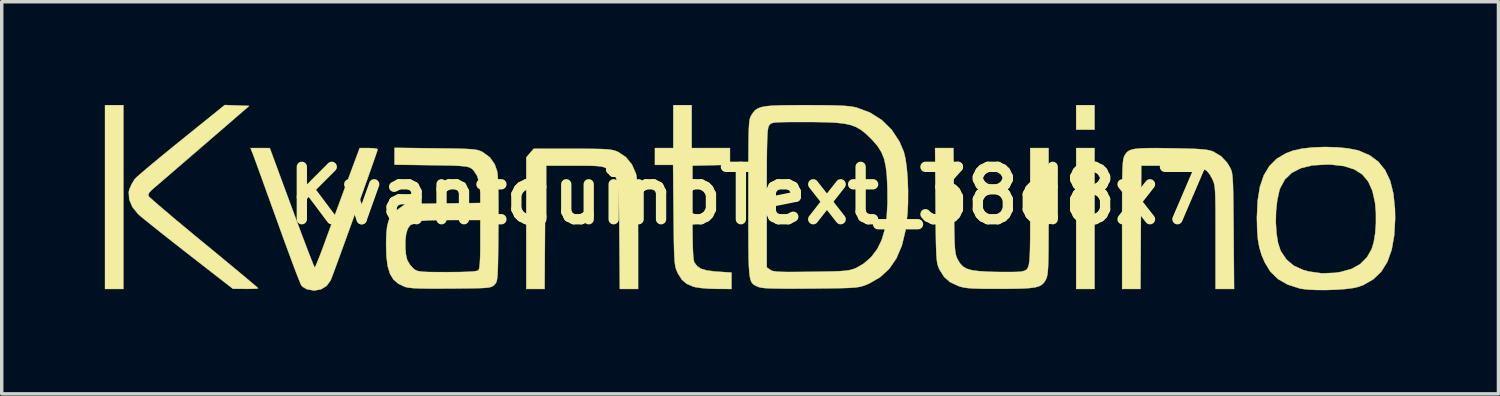
<source format=kicad_pcb>
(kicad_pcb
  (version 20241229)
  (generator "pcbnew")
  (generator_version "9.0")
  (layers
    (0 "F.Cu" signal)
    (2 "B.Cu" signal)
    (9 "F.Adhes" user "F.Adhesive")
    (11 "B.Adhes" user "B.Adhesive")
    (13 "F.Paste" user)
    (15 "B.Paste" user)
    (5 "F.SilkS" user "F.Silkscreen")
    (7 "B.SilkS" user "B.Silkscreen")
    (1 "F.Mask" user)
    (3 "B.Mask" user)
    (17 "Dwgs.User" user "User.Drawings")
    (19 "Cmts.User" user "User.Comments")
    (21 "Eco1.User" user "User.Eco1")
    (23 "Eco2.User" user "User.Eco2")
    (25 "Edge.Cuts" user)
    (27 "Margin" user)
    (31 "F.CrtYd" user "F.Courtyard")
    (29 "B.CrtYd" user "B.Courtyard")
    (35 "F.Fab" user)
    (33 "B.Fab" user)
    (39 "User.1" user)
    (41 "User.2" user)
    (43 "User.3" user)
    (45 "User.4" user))
  (footprint "KvantduinoText_38d8x7"
    (layer "F.Cu")
    (at 18.721 2.638)
    (property "Reference" "KvantduinoText_38d8x7" (at 0 0 0) (layer "F.SilkS") (effects (font (size 1.524 1.524) (thickness 0.3))))
    (attr through_hole)
    (fp_poly (pts (xy -18.181 2.718) (xy -18.716 2.718) (xy -18.716 -2.629) (xy -18.181 -2.629) (xy -18.181 2.718)) (stroke (width 0.01) (type solid)) (fill yes) (layer "F.SilkS"))
    (fp_poly (pts (xy 10.071 -1.916) (xy 9.536 -1.916) (xy 9.536 -2.629) (xy 10.071 -2.629) (xy 10.071 -1.916)) (stroke (width 0.01) (type solid)) (fill yes) (layer "F.SilkS"))
    (fp_poly (pts (xy 10.071 2.718) (xy 9.536 2.718) (xy 9.536 -1.381) (xy 10.071 -1.381) (xy 10.071 2.718)) (stroke (width 0.01) (type solid)) (fill yes) (layer "F.SilkS"))
    (fp_poly (pts (xy -1.649 -1.381) (xy -0.535 -1.381) (xy -0.535 -0.894) (xy -1.626 -0.869) (xy -1.626 0.49) (xy -1.626 0.906) (xy -1.622 1.24) (xy -1.617 1.501) (xy -1.608 1.695) (xy -1.597 1.831) (xy -1.582 1.916) (xy -1.569 1.95) (xy -1.488 2.056) (xy -1.376 2.13) (xy -1.215 2.178) (xy -0.988 2.208) (xy -0.895 2.215) (xy -0.49 2.241) (xy -0.49 2.718) (xy -0.947 2.715) (xy -1.164 2.708) (xy -1.371 2.691) (xy -1.536 2.667) (xy -1.597 2.652) (xy -1.791 2.57) (xy -1.931 2.453) (xy -2.044 2.276) (xy -2.067 2.228) (xy -2.093 2.168) (xy -2.114 2.105) (xy -2.13 2.027) (xy -2.143 1.925) (xy -2.153 1.788) (xy -2.16 1.606) (xy -2.166 1.368) (xy -2.17 1.064) (xy -2.174 0.685) (xy -2.176 0.568) (xy -2.19 -0.891) (xy -2.718 -0.891) (xy -2.718 -1.381) (xy -2.184 -1.381) (xy -2.184 -2.629) (xy -1.649 -2.629) (xy -1.649 -1.381)) (stroke (width 0.01) (type solid)) (fill yes) (layer "F.SilkS"))
    (fp_poly (pts (xy -4.768 -1.359) (xy -4.496 -1.357) (xy -4.288 -1.353) (xy -4.133 -1.346) (xy -4.018 -1.334) (xy -3.93 -1.318) (xy -3.859 -1.296) (xy -3.79 -1.268) (xy -3.78 -1.263) (xy -3.561 -1.115) (xy -3.387 -0.902) (xy -3.273 -0.643) (xy -3.256 -0.575) (xy -3.243 -0.467) (xy -3.232 -0.278) (xy -3.222 -0.018) (xy -3.215 0.306) (xy -3.21 0.683) (xy -3.208 1.106) (xy -3.208 1.183) (xy -3.208 2.718) (xy -3.739 2.718) (xy -3.752 1.192) (xy -3.756 0.749) (xy -3.762 0.387) (xy -3.77 0.095) (xy -3.783 -0.135) (xy -3.802 -0.313) (xy -3.829 -0.447) (xy -3.864 -0.548) (xy -3.911 -0.623) (xy -3.97 -0.683) (xy -4.043 -0.736) (xy -4.093 -0.768) (xy -4.155 -0.804) (xy -4.22 -0.83) (xy -4.301 -0.848) (xy -4.414 -0.859) (xy -4.572 -0.866) (xy -4.791 -0.868) (xy -5.08 -0.869) (xy -5.904 -0.869) (xy -5.916 0.925) (xy -5.928 2.718) (xy -6.461 2.718) (xy -6.461 -1.109) (xy -6.354 -1.234) (xy -6.246 -1.359) (xy -5.117 -1.359) (xy -4.768 -1.359)) (stroke (width 0.01) (type solid)) (fill yes) (layer "F.SilkS"))
    (fp_poly (pts (xy -14.522 -2.607) (xy -15.872 -1.441) (xy -16.173 -1.182) (xy -16.457 -0.937) (xy -16.716 -0.714) (xy -16.942 -0.519) (xy -17.127 -0.36) (xy -17.263 -0.243) (xy -17.342 -0.176) (xy -17.353 -0.167) (xy -17.439 -0.073) (xy -17.459 0.005) (xy -17.457 0.008) (xy -17.419 0.049) (xy -17.318 0.141) (xy -17.162 0.277) (xy -16.957 0.451) (xy -16.712 0.659) (xy -16.432 0.892) (xy -16.126 1.147) (xy -15.846 1.377) (xy -15.522 1.643) (xy -15.221 1.892) (xy -14.949 2.117) (xy -14.712 2.314) (xy -14.519 2.476) (xy -14.374 2.598) (xy -14.286 2.674) (xy -14.26 2.699) (xy -14.301 2.708) (xy -14.41 2.713) (xy -14.567 2.716) (xy -14.627 2.715) (xy -14.995 2.713) (xy -16.296 1.702) (xy -16.599 1.465) (xy -16.886 1.24) (xy -17.148 1.033) (xy -17.374 0.852) (xy -17.558 0.704) (xy -17.688 0.597) (xy -17.755 0.538) (xy -17.92 0.333) (xy -18.012 0.115) (xy -18.025 -0.1) (xy -18.008 -0.178) (xy -17.943 -0.331) (xy -17.854 -0.474) (xy -17.843 -0.486) (xy -17.783 -0.545) (xy -17.662 -0.652) (xy -17.488 -0.799) (xy -17.271 -0.981) (xy -17.02 -1.188) (xy -16.742 -1.415) (xy -16.481 -1.626) (xy -15.232 -2.633) (xy -14.522 -2.607)) (stroke (width 0.01) (type solid)) (fill yes) (layer "F.SilkS"))
    (fp_poly (pts (xy -13.282 0.356) (xy -13.144 0.729) (xy -13.015 1.074) (xy -12.899 1.382) (xy -12.798 1.647) (xy -12.715 1.857) (xy -12.656 2.006) (xy -12.621 2.084) (xy -12.615 2.094) (xy -12.591 2.054) (xy -12.544 1.944) (xy -12.478 1.779) (xy -12.399 1.573) (xy -12.349 1.436) (xy -12.263 1.201) (xy -12.154 0.904) (xy -12.03 0.568) (xy -11.899 0.214) (xy -11.77 -0.136) (xy -11.709 -0.301) (xy -11.308 -1.381) (xy -11.046 -1.381) (xy -10.907 -1.376) (xy -10.811 -1.361) (xy -10.784 -1.344) (xy -10.798 -1.295) (xy -10.84 -1.172) (xy -10.904 -0.986) (xy -10.988 -0.748) (xy -11.088 -0.467) (xy -11.199 -0.154) (xy -11.319 0.181) (xy -11.443 0.528) (xy -11.568 0.875) (xy -11.69 1.213) (xy -11.806 1.532) (xy -11.911 1.821) (xy -12.002 2.07) (xy -12.076 2.268) (xy -12.128 2.405) (xy -12.152 2.465) (xy -12.267 2.627) (xy -12.434 2.729) (xy -12.633 2.765) (xy -12.843 2.726) (xy -12.858 2.72) (xy -12.958 2.66) (xy -13.003 2.618) (xy -13.029 2.563) (xy -13.082 2.433) (xy -13.158 2.238) (xy -13.253 1.985) (xy -13.365 1.684) (xy -13.49 1.345) (xy -13.624 0.975) (xy -13.704 0.752) (xy -13.844 0.365) (xy -13.976 -0.001) (xy -14.097 -0.337) (xy -14.204 -0.633) (xy -14.293 -0.879) (xy -14.362 -1.066) (xy -14.405 -1.183) (xy -14.417 -1.214) (xy -14.482 -1.381) (xy -13.923 -1.381) (xy -13.282 0.356)) (stroke (width 0.01) (type solid)) (fill yes) (layer "F.SilkS"))
    (fp_poly (pts (xy 12.203 -1.376) (xy 12.392 -1.373) (xy 12.723 -1.366) (xy 12.979 -1.358) (xy 13.171 -1.347) (xy 13.313 -1.333) (xy 13.418 -1.313) (xy 13.499 -1.288) (xy 13.524 -1.278) (xy 13.752 -1.143) (xy 13.925 -0.959) (xy 14.008 -0.824) (xy 14.032 -0.776) (xy 14.053 -0.724) (xy 14.069 -0.659) (xy 14.081 -0.573) (xy 14.091 -0.456) (xy 14.099 -0.298) (xy 14.104 -0.091) (xy 14.109 0.175) (xy 14.112 0.509) (xy 14.116 0.921) (xy 14.117 1.036) (xy 14.13 2.718) (xy 13.591 2.718) (xy 13.591 1.213) (xy 13.591 0.806) (xy 13.59 0.479) (xy 13.588 0.22) (xy 13.584 0.021) (xy 13.577 -0.13) (xy 13.568 -0.242) (xy 13.554 -0.324) (xy 13.536 -0.389) (xy 13.514 -0.444) (xy 13.491 -0.491) (xy 13.423 -0.612) (xy 13.35 -0.704) (xy 13.259 -0.772) (xy 13.137 -0.818) (xy 12.972 -0.847) (xy 12.751 -0.862) (xy 12.461 -0.868) (xy 12.254 -0.869) (xy 11.43 -0.869) (xy 11.418 0.925) (xy 11.407 2.718) (xy 10.873 2.718) (xy 10.873 0.836) (xy 10.873 0.375) (xy 10.874 -0.005) (xy 10.876 -0.312) (xy 10.879 -0.557) (xy 10.884 -0.746) (xy 10.891 -0.889) (xy 10.9 -0.993) (xy 10.912 -1.069) (xy 10.927 -1.123) (xy 10.946 -1.165) (xy 10.96 -1.189) (xy 11.003 -1.249) (xy 11.057 -1.295) (xy 11.133 -1.33) (xy 11.241 -1.355) (xy 11.392 -1.37) (xy 11.595 -1.378) (xy 11.862 -1.38) (xy 12.203 -1.376)) (stroke (width 0.01) (type solid)) (fill yes) (layer "F.SilkS"))
    (fp_poly (pts (xy 5.98 0.145) (xy 5.984 0.557) (xy 5.988 0.89) (xy 5.993 1.153) (xy 5.999 1.357) (xy 6.008 1.511) (xy 6.019 1.626) (xy 6.033 1.71) (xy 6.051 1.774) (xy 6.073 1.828) (xy 6.083 1.848) (xy 6.155 1.971) (xy 6.239 2.062) (xy 6.35 2.128) (xy 6.5 2.172) (xy 6.705 2.2) (xy 6.977 2.216) (xy 7.163 2.222) (xy 7.409 2.225) (xy 7.63 2.225) (xy 7.808 2.222) (xy 7.924 2.215) (xy 7.951 2.21) (xy 8.013 2.195) (xy 8.063 2.176) (xy 8.103 2.145) (xy 8.135 2.095) (xy 8.159 2.016) (xy 8.176 1.901) (xy 8.187 1.741) (xy 8.194 1.528) (xy 8.198 1.253) (xy 8.199 0.909) (xy 8.199 0.487) (xy 8.199 0.331) (xy 8.199 -1.381) (xy 8.734 -1.381) (xy 8.734 0.457) (xy 8.734 0.913) (xy 8.733 1.289) (xy 8.731 1.593) (xy 8.727 1.834) (xy 8.722 2.02) (xy 8.715 2.161) (xy 8.705 2.265) (xy 8.692 2.34) (xy 8.676 2.396) (xy 8.657 2.441) (xy 8.651 2.452) (xy 8.602 2.53) (xy 8.542 2.592) (xy 8.46 2.638) (xy 8.344 2.671) (xy 8.184 2.692) (xy 7.969 2.706) (xy 7.686 2.712) (xy 7.327 2.714) (xy 7.308 2.714) (xy 6.977 2.714) (xy 6.72 2.71) (xy 6.525 2.703) (xy 6.376 2.691) (xy 6.26 2.674) (xy 6.163 2.65) (xy 6.115 2.634) (xy 5.874 2.524) (xy 5.698 2.372) (xy 5.563 2.16) (xy 5.553 2.139) (xy 5.529 2.083) (xy 5.509 2.024) (xy 5.493 1.952) (xy 5.48 1.858) (xy 5.47 1.732) (xy 5.463 1.565) (xy 5.457 1.347) (xy 5.453 1.068) (xy 5.449 0.719) (xy 5.445 0.292) (xy 5.445 0.279) (xy 5.432 -1.381) (xy 5.966 -1.381) (xy 5.98 0.145)) (stroke (width 0.01) (type solid)) (fill yes) (layer "F.SilkS"))
    (fp_poly (pts (xy 17.117 -1.403) (xy 17.443 -1.372) (xy 17.716 -1.318) (xy 17.762 -1.304) (xy 18.072 -1.172) (xy 18.326 -0.985) (xy 18.524 -0.74) (xy 18.67 -0.433) (xy 18.764 -0.059) (xy 18.81 0.385) (xy 18.816 0.668) (xy 18.789 1.159) (xy 18.715 1.577) (xy 18.591 1.927) (xy 18.415 2.211) (xy 18.185 2.434) (xy 17.9 2.599) (xy 17.759 2.653) (xy 17.596 2.691) (xy 17.369 2.72) (xy 17.1 2.739) (xy 16.813 2.749) (xy 16.532 2.748) (xy 16.28 2.736) (xy 16.081 2.712) (xy 16.042 2.704) (xy 15.688 2.591) (xy 15.405 2.428) (xy 15.183 2.211) (xy 15.023 1.947) (xy 14.931 1.73) (xy 14.866 1.515) (xy 14.824 1.281) (xy 14.802 1.005) (xy 14.797 0.781) (xy 15.344 0.781) (xy 15.364 1.097) (xy 15.409 1.376) (xy 15.48 1.597) (xy 15.491 1.62) (xy 15.653 1.861) (xy 15.867 2.041) (xy 16.143 2.166) (xy 16.309 2.211) (xy 16.687 2.264) (xy 17.062 2.249) (xy 17.225 2.224) (xy 17.547 2.135) (xy 17.801 1.994) (xy 17.996 1.796) (xy 18.132 1.559) (xy 18.193 1.361) (xy 18.235 1.101) (xy 18.257 0.806) (xy 18.256 0.5) (xy 18.231 0.21) (xy 18.23 0.206) (xy 18.155 -0.134) (xy 18.033 -0.406) (xy 17.858 -0.614) (xy 17.625 -0.762) (xy 17.328 -0.856) (xy 16.961 -0.899) (xy 16.822 -0.902) (xy 16.416 -0.878) (xy 16.079 -0.798) (xy 15.81 -0.661) (xy 15.608 -0.467) (xy 15.471 -0.215) (xy 15.448 -0.144) (xy 15.386 0.138) (xy 15.351 0.454) (xy 15.344 0.781) (xy 14.797 0.781) (xy 14.794 0.665) (xy 14.794 0.631) (xy 14.816 0.153) (xy 14.881 -0.251) (xy 14.994 -0.586) (xy 15.157 -0.858) (xy 15.372 -1.071) (xy 15.643 -1.231) (xy 15.841 -1.305) (xy 16.1 -1.363) (xy 16.417 -1.399) (xy 16.766 -1.412) (xy 17.117 -1.403)) (stroke (width 0.01) (type solid)) (fill yes) (layer "F.SilkS"))
    (fp_poly (pts (xy -9.102 -1.373) (xy -8.743 -1.369) (xy -8.462 -1.364) (xy -8.246 -1.358) (xy -8.085 -1.349) (xy -7.967 -1.338) (xy -7.88 -1.322) (xy -7.812 -1.301) (xy -7.752 -1.275) (xy -7.724 -1.26) (xy -7.519 -1.11) (xy -7.379 -0.91) (xy -7.309 -0.71) (xy -7.293 -0.594) (xy -7.281 -0.39) (xy -7.273 -0.1) (xy -7.27 0.277) (xy -7.271 0.739) (xy -7.273 0.99) (xy -7.276 1.396) (xy -7.28 1.721) (xy -7.284 1.977) (xy -7.29 2.171) (xy -7.297 2.315) (xy -7.307 2.416) (xy -7.32 2.486) (xy -7.338 2.532) (xy -7.36 2.565) (xy -7.387 2.594) (xy -7.387 2.595) (xy -7.42 2.625) (xy -7.458 2.649) (xy -7.511 2.667) (xy -7.591 2.68) (xy -7.708 2.69) (xy -7.874 2.696) (xy -8.099 2.7) (xy -8.395 2.704) (xy -8.657 2.706) (xy -9.039 2.708) (xy -9.343 2.707) (xy -9.577 2.703) (xy -9.753 2.694) (xy -9.88 2.681) (xy -9.969 2.663) (xy -9.997 2.654) (xy -10.183 2.565) (xy -10.325 2.443) (xy -10.426 2.276) (xy -10.493 2.055) (xy -10.529 1.768) (xy -10.536 1.517) (xy -9.979 1.517) (xy -9.962 1.718) (xy -9.925 1.876) (xy -9.92 1.888) (xy -9.84 2.021) (xy -9.736 2.131) (xy -9.689 2.165) (xy -9.635 2.19) (xy -9.563 2.207) (xy -9.457 2.218) (xy -9.304 2.225) (xy -9.091 2.227) (xy -8.805 2.228) (xy -8.759 2.228) (xy -8.424 2.226) (xy -8.171 2.219) (xy -7.995 2.208) (xy -7.889 2.191) (xy -7.852 2.175) (xy -7.828 2.113) (xy -7.812 1.979) (xy -7.802 1.766) (xy -7.798 1.471) (xy -7.798 1.417) (xy -7.798 0.713) (xy -8.692 0.713) (xy -9.035 0.715) (xy -9.3 0.721) (xy -9.5 0.736) (xy -9.647 0.76) (xy -9.751 0.797) (xy -9.825 0.85) (xy -9.881 0.921) (xy -9.914 0.979) (xy -9.955 1.115) (xy -9.977 1.305) (xy -9.979 1.517) (xy -10.536 1.517) (xy -10.539 1.426) (xy -10.532 1.124) (xy -10.508 0.894) (xy -10.46 0.717) (xy -10.382 0.578) (xy -10.268 0.459) (xy -10.163 0.379) (xy -9.974 0.245) (xy -8.886 0.231) (xy -7.798 0.217) (xy -7.798 -0.069) (xy -7.823 -0.349) (xy -7.893 -0.578) (xy -8.004 -0.744) (xy -8.058 -0.788) (xy -8.105 -0.814) (xy -8.167 -0.834) (xy -8.257 -0.85) (xy -8.385 -0.861) (xy -8.564 -0.87) (xy -8.805 -0.876) (xy -9.12 -0.881) (xy -9.235 -0.883) (xy -10.294 -0.897) (xy -10.294 -1.388) (xy -9.102 -1.373)) (stroke (width 0.01) (type solid)) (fill yes) (layer "F.SilkS"))
    (fp_poly (pts (xy 2.074 -2.628) (xy 2.39 -2.624) (xy 2.64 -2.617) (xy 2.834 -2.606) (xy 2.983 -2.591) (xy 3.1 -2.57) (xy 3.14 -2.561) (xy 3.537 -2.414) (xy 3.883 -2.195) (xy 4.171 -1.911) (xy 4.397 -1.567) (xy 4.523 -1.27) (xy 4.571 -1.071) (xy 4.608 -0.803) (xy 4.634 -0.485) (xy 4.646 -0.137) (xy 4.644 0.222) (xy 4.631 0.505) (xy 4.572 1.017) (xy 4.465 1.457) (xy 4.307 1.828) (xy 4.097 2.133) (xy 3.833 2.376) (xy 3.511 2.562) (xy 3.433 2.595) (xy 3.36 2.623) (xy 3.286 2.645) (xy 3.201 2.663) (xy 3.093 2.676) (xy 2.953 2.686) (xy 2.769 2.693) (xy 2.529 2.698) (xy 2.223 2.702) (xy 1.84 2.706) (xy 1.805 2.706) (xy 1.396 2.709) (xy 1.067 2.709) (xy 0.809 2.706) (xy 0.613 2.701) (xy 0.469 2.692) (xy 0.368 2.679) (xy 0.301 2.662) (xy 0.284 2.656) (xy 0.223 2.629) (xy 0.171 2.602) (xy 0.128 2.569) (xy 0.092 2.523) (xy 0.064 2.454) (xy 0.042 2.358) (xy 0.026 2.225) (xy 0.015 2.05) (xy 0.007 1.824) (xy 0.003 1.54) (xy 0.001 1.192) (xy -0.000026 0.771) (xy -0.000015 0.271) (xy 0 0.096) (xy 0.000004 0.074) (xy 0.535 0.074) (xy 0.535 2.089) (xy 0.635 2.161) (xy 0.676 2.184) (xy 0.737 2.201) (xy 0.826 2.213) (xy 0.957 2.22) (xy 1.14 2.224) (xy 1.387 2.223) (xy 1.708 2.22) (xy 1.827 2.219) (xy 2.17 2.213) (xy 2.436 2.208) (xy 2.639 2.201) (xy 2.791 2.191) (xy 2.905 2.177) (xy 2.995 2.158) (xy 3.072 2.133) (xy 3.149 2.101) (xy 3.154 2.098) (xy 3.359 1.977) (xy 3.554 1.809) (xy 3.586 1.774) (xy 3.752 1.553) (xy 3.878 1.296) (xy 3.968 0.993) (xy 4.024 0.634) (xy 4.048 0.209) (xy 4.045 -0.22) (xy 4.029 -0.568) (xy 3.998 -0.846) (xy 3.948 -1.071) (xy 3.871 -1.26) (xy 3.763 -1.432) (xy 3.616 -1.604) (xy 3.544 -1.678) (xy 3.406 -1.809) (xy 3.274 -1.912) (xy 3.136 -1.992) (xy 2.979 -2.051) (xy 2.79 -2.092) (xy 2.557 -2.118) (xy 2.268 -2.132) (xy 1.909 -2.138) (xy 1.669 -2.139) (xy 1.346 -2.139) (xy 1.101 -2.137) (xy 0.922 -2.133) (xy 0.797 -2.126) (xy 0.715 -2.114) (xy 0.663 -2.097) (xy 0.63 -2.073) (xy 0.605 -2.041) (xy 0.604 -2.04) (xy 0.587 -2.007) (xy 0.574 -1.955) (xy 0.562 -1.875) (xy 0.554 -1.761) (xy 0.547 -1.604) (xy 0.542 -1.397) (xy 0.538 -1.132) (xy 0.536 -0.8) (xy 0.535 -0.395) (xy 0.535 0.074) (xy 0.000004 0.074) (xy 0.000106 -0.415) (xy 0.001 -0.845) (xy 0.002 -1.201) (xy 0.004 -1.49) (xy 0.007 -1.721) (xy 0.012 -1.901) (xy 0.019 -2.038) (xy 0.028 -2.139) (xy 0.039 -2.212) (xy 0.053 -2.265) (xy 0.07 -2.305) (xy 0.09 -2.34) (xy 0.09 -2.341) (xy 0.144 -2.421) (xy 0.202 -2.485) (xy 0.276 -2.534) (xy 0.375 -2.571) (xy 0.51 -2.597) (xy 0.69 -2.614) (xy 0.927 -2.623) (xy 1.231 -2.628) (xy 1.612 -2.629) (xy 1.68 -2.629) (xy 2.074 -2.628)) (stroke (width 0.01) (type solid)) (fill yes) (layer "F.SilkS")))
  (gr_rect
    (start -3 -3)
    (end 40.542 8.408)
    (stroke (width 0.1) (type default))
    (fill no)
    (layer "Edge.Cuts")))
</source>
